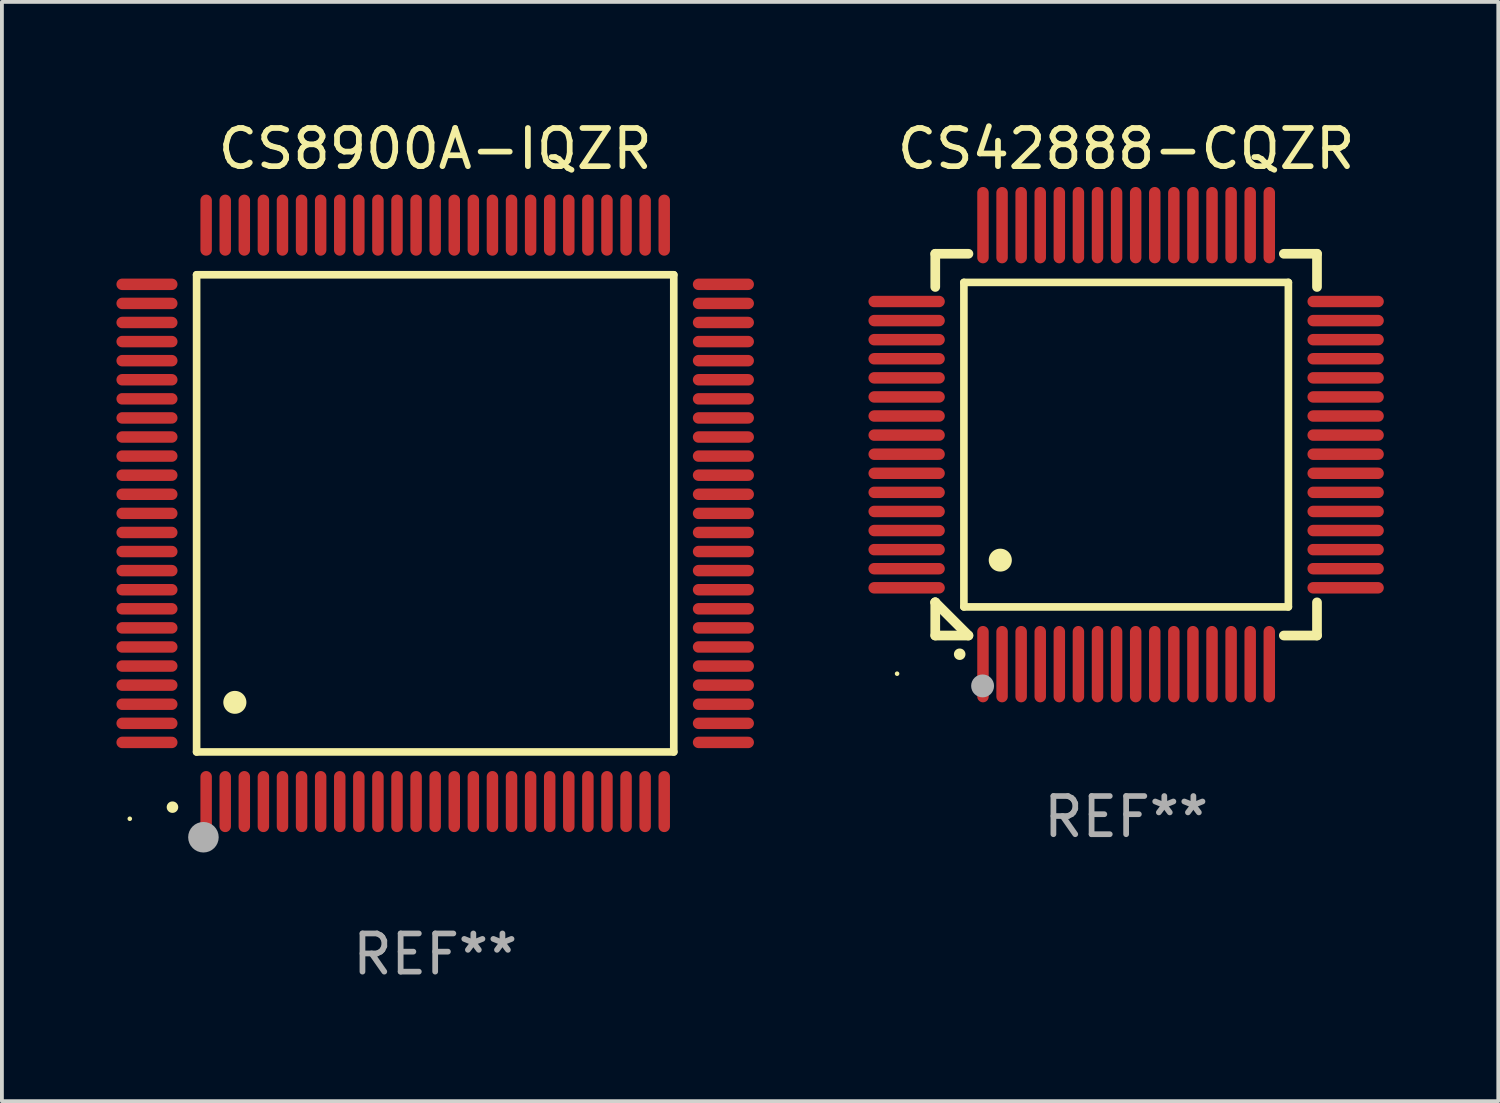
<source format=kicad_pcb>
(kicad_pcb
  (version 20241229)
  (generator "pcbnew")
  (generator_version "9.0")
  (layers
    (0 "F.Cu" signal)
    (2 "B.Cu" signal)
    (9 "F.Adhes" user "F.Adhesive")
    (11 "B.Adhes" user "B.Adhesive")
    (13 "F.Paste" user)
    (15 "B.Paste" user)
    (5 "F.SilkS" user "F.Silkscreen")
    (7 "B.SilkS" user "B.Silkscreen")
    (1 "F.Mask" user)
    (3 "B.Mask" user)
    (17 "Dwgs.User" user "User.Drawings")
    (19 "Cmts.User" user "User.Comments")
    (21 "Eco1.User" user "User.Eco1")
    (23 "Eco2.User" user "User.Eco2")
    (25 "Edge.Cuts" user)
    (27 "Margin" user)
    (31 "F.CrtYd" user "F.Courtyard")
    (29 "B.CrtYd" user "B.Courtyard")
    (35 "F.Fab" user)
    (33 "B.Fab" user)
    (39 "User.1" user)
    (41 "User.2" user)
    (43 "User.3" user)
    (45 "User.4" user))
  (footprint "CS8900A-IQZR"
    (layer "F.Cu")
    (at 8.35 10.398)
    (property "Reference" "CS8900A-IQZR" (at 0 -9.55 0) (layer "F.SilkS") (effects (font (size 1 1) (thickness 0.15))))
    (attr through_hole)
    (fp_line (start -6.25 -6.25) (end -6.25 6.25) (stroke (width 0.2) (type solid)) (layer "F.SilkS"))
    (fp_line (start -6.25 6.25) (end 6.25 6.25) (stroke (width 0.2) (type solid)) (layer "F.SilkS"))
    (fp_line (start 6.25 -6.25) (end -6.25 -6.25) (stroke (width 0.2) (type solid)) (layer "F.SilkS"))
    (fp_line (start 6.25 6.25) (end 6.25 -6.25) (stroke (width 0.2) (type solid)) (layer "F.SilkS"))
    (fp_arc (start -6.883414 7.696215) (mid -6.882144 7.69621) (end -6.880874 7.696215) (stroke (width 0.3) (type solid)) (layer "F.SilkS"))
    (fp_arc (start -5.250191 4.95047) (mid -5.247651 4.950459) (end -5.245111 4.95047) (stroke (width 0.6) (type solid)) (layer "F.SilkS"))
    (fp_circle (center -8 8) (end -7.97 8) (stroke (width 0.06) (type solid)) (fill no) (layer "F.SilkS"))
    (fp_circle (center -6.071 8.484) (end -5.871 8.484) (stroke (width 0.4) (type solid)) (fill no) (layer "F.Fab"))
    (fp_text user "REF**" (at 0 11.55 0) (layer "F.Fab") (effects (font (size 1 1) (thickness 0.15))))
    (pad "1" smd oval (at -6 7.55) (size 0.3 1.6) (layers "F.Cu" "F.Mask" "F.Paste"))
    (pad "2" smd oval (at -5.5 7.55) (size 0.3 1.6) (layers "F.Cu" "F.Mask" "F.Paste"))
    (pad "3" smd oval (at -5 7.55) (size 0.3 1.6) (layers "F.Cu" "F.Mask" "F.Paste"))
    (pad "4" smd oval (at -4.5 7.55) (size 0.3 1.6) (layers "F.Cu" "F.Mask" "F.Paste"))
    (pad "5" smd oval (at -4 7.55) (size 0.3 1.6) (layers "F.Cu" "F.Mask" "F.Paste"))
    (pad "6" smd oval (at -3.5 7.55) (size 0.3 1.6) (layers "F.Cu" "F.Mask" "F.Paste"))
    (pad "7" smd oval (at -3 7.55) (size 0.3 1.6) (layers "F.Cu" "F.Mask" "F.Paste"))
    (pad "8" smd oval (at -2.5 7.55) (size 0.3 1.6) (layers "F.Cu" "F.Mask" "F.Paste"))
    (pad "9" smd oval (at -2 7.55) (size 0.3 1.6) (layers "F.Cu" "F.Mask" "F.Paste"))
    (pad "10" smd oval (at -1.5 7.55) (size 0.3 1.6) (layers "F.Cu" "F.Mask" "F.Paste"))
    (pad "11" smd oval (at -1 7.55) (size 0.3 1.6) (layers "F.Cu" "F.Mask" "F.Paste"))
    (pad "12" smd oval (at -0.5 7.55) (size 0.3 1.6) (layers "F.Cu" "F.Mask" "F.Paste"))
    (pad "13" smd oval (at 0 7.55) (size 0.3 1.6) (layers "F.Cu" "F.Mask" "F.Paste"))
    (pad "14" smd oval (at 0.5 7.55) (size 0.3 1.6) (layers "F.Cu" "F.Mask" "F.Paste"))
    (pad "15" smd oval (at 1 7.55) (size 0.3 1.6) (layers "F.Cu" "F.Mask" "F.Paste"))
    (pad "16" smd oval (at 1.5 7.55) (size 0.3 1.6) (layers "F.Cu" "F.Mask" "F.Paste"))
    (pad "17" smd oval (at 2 7.55) (size 0.3 1.6) (layers "F.Cu" "F.Mask" "F.Paste"))
    (pad "18" smd oval (at 2.5 7.55) (size 0.3 1.6) (layers "F.Cu" "F.Mask" "F.Paste"))
    (pad "19" smd oval (at 3 7.55) (size 0.3 1.6) (layers "F.Cu" "F.Mask" "F.Paste"))
    (pad "20" smd oval (at 3.5 7.55) (size 0.3 1.6) (layers "F.Cu" "F.Mask" "F.Paste"))
    (pad "21" smd oval (at 4 7.55) (size 0.3 1.6) (layers "F.Cu" "F.Mask" "F.Paste"))
    (pad "22" smd oval (at 4.5 7.55) (size 0.3 1.6) (layers "F.Cu" "F.Mask" "F.Paste"))
    (pad "23" smd oval (at 5 7.55) (size 0.3 1.6) (layers "F.Cu" "F.Mask" "F.Paste"))
    (pad "24" smd oval (at 5.5 7.55) (size 0.3 1.6) (layers "F.Cu" "F.Mask" "F.Paste"))
    (pad "25" smd oval (at 6 7.55) (size 0.3 1.6) (layers "F.Cu" "F.Mask" "F.Paste"))
    (pad "26" smd oval (at 7.55 6) (size 1.6 0.3) (layers "F.Cu" "F.Mask" "F.Paste"))
    (pad "27" smd oval (at 7.55 5.5) (size 1.6 0.3) (layers "F.Cu" "F.Mask" "F.Paste"))
    (pad "28" smd oval (at 7.55 5) (size 1.6 0.3) (layers "F.Cu" "F.Mask" "F.Paste"))
    (pad "29" smd oval (at 7.55 4.5) (size 1.6 0.3) (layers "F.Cu" "F.Mask" "F.Paste"))
    (pad "30" smd oval (at 7.55 4) (size 1.6 0.3) (layers "F.Cu" "F.Mask" "F.Paste"))
    (pad "31" smd oval (at 7.55 3.5) (size 1.6 0.3) (layers "F.Cu" "F.Mask" "F.Paste"))
    (pad "32" smd oval (at 7.55 3) (size 1.6 0.3) (layers "F.Cu" "F.Mask" "F.Paste"))
    (pad "33" smd oval (at 7.55 2.5) (size 1.6 0.3) (layers "F.Cu" "F.Mask" "F.Paste"))
    (pad "34" smd oval (at 7.55 2) (size 1.6 0.3) (layers "F.Cu" "F.Mask" "F.Paste"))
    (pad "35" smd oval (at 7.55 1.5) (size 1.6 0.3) (layers "F.Cu" "F.Mask" "F.Paste"))
    (pad "36" smd oval (at 7.55 1) (size 1.6 0.3) (layers "F.Cu" "F.Mask" "F.Paste"))
    (pad "37" smd oval (at 7.55 0.5) (size 1.6 0.3) (layers "F.Cu" "F.Mask" "F.Paste"))
    (pad "38" smd oval (at 7.55 0) (size 1.6 0.3) (layers "F.Cu" "F.Mask" "F.Paste"))
    (pad "39" smd oval (at 7.55 -0.5) (size 1.6 0.3) (layers "F.Cu" "F.Mask" "F.Paste"))
    (pad "40" smd oval (at 7.55 -1) (size 1.6 0.3) (layers "F.Cu" "F.Mask" "F.Paste"))
    (pad "41" smd oval (at 7.55 -1.5) (size 1.6 0.3) (layers "F.Cu" "F.Mask" "F.Paste"))
    (pad "42" smd oval (at 7.55 -2) (size 1.6 0.3) (layers "F.Cu" "F.Mask" "F.Paste"))
    (pad "43" smd oval (at 7.55 -2.5) (size 1.6 0.3) (layers "F.Cu" "F.Mask" "F.Paste"))
    (pad "44" smd oval (at 7.55 -3) (size 1.6 0.3) (layers "F.Cu" "F.Mask" "F.Paste"))
    (pad "45" smd oval (at 7.55 -3.5) (size 1.6 0.3) (layers "F.Cu" "F.Mask" "F.Paste"))
    (pad "46" smd oval (at 7.55 -4) (size 1.6 0.3) (layers "F.Cu" "F.Mask" "F.Paste"))
    (pad "47" smd oval (at 7.55 -4.5) (size 1.6 0.3) (layers "F.Cu" "F.Mask" "F.Paste"))
    (pad "48" smd oval (at 7.55 -5) (size 1.6 0.3) (layers "F.Cu" "F.Mask" "F.Paste"))
    (pad "49" smd oval (at 7.55 -5.5) (size 1.6 0.3) (layers "F.Cu" "F.Mask" "F.Paste"))
    (pad "50" smd oval (at 7.55 -6) (size 1.6 0.3) (layers "F.Cu" "F.Mask" "F.Paste"))
    (pad "51" smd oval (at 6 -7.55) (size 0.3 1.6) (layers "F.Cu" "F.Mask" "F.Paste"))
    (pad "52" smd oval (at 5.5 -7.55) (size 0.3 1.6) (layers "F.Cu" "F.Mask" "F.Paste"))
    (pad "53" smd oval (at 5 -7.55) (size 0.3 1.6) (layers "F.Cu" "F.Mask" "F.Paste"))
    (pad "54" smd oval (at 4.5 -7.55) (size 0.3 1.6) (layers "F.Cu" "F.Mask" "F.Paste"))
    (pad "55" smd oval (at 4 -7.55) (size 0.3 1.6) (layers "F.Cu" "F.Mask" "F.Paste"))
    (pad "56" smd oval (at 3.5 -7.55) (size 0.3 1.6) (layers "F.Cu" "F.Mask" "F.Paste"))
    (pad "57" smd oval (at 3 -7.55) (size 0.3 1.6) (layers "F.Cu" "F.Mask" "F.Paste"))
    (pad "58" smd oval (at 2.5 -7.55) (size 0.3 1.6) (layers "F.Cu" "F.Mask" "F.Paste"))
    (pad "59" smd oval (at 2 -7.55) (size 0.3 1.6) (layers "F.Cu" "F.Mask" "F.Paste"))
    (pad "60" smd oval (at 1.5 -7.55) (size 0.3 1.6) (layers "F.Cu" "F.Mask" "F.Paste"))
    (pad "61" smd oval (at 1 -7.55) (size 0.3 1.6) (layers "F.Cu" "F.Mask" "F.Paste"))
    (pad "62" smd oval (at 0.5 -7.55) (size 0.3 1.6) (layers "F.Cu" "F.Mask" "F.Paste"))
    (pad "63" smd oval (at 0 -7.55) (size 0.3 1.6) (layers "F.Cu" "F.Mask" "F.Paste"))
    (pad "64" smd oval (at -0.5 -7.55) (size 0.3 1.6) (layers "F.Cu" "F.Mask" "F.Paste"))
    (pad "65" smd oval (at -1 -7.55) (size 0.3 1.6) (layers "F.Cu" "F.Mask" "F.Paste"))
    (pad "66" smd oval (at -1.5 -7.55) (size 0.3 1.6) (layers "F.Cu" "F.Mask" "F.Paste"))
    (pad "67" smd oval (at -2 -7.55) (size 0.3 1.6) (layers "F.Cu" "F.Mask" "F.Paste"))
    (pad "68" smd oval (at -2.5 -7.55) (size 0.3 1.6) (layers "F.Cu" "F.Mask" "F.Paste"))
    (pad "69" smd oval (at -3 -7.55) (size 0.3 1.6) (layers "F.Cu" "F.Mask" "F.Paste"))
    (pad "70" smd oval (at -3.5 -7.55) (size 0.3 1.6) (layers "F.Cu" "F.Mask" "F.Paste"))
    (pad "71" smd oval (at -4 -7.55) (size 0.3 1.6) (layers "F.Cu" "F.Mask" "F.Paste"))
    (pad "72" smd oval (at -4.5 -7.55) (size 0.3 1.6) (layers "F.Cu" "F.Mask" "F.Paste"))
    (pad "73" smd oval (at -5 -7.55) (size 0.3 1.6) (layers "F.Cu" "F.Mask" "F.Paste"))
    (pad "74" smd oval (at -5.5 -7.55) (size 0.3 1.6) (layers "F.Cu" "F.Mask" "F.Paste"))
    (pad "75" smd oval (at -6 -7.55) (size 0.3 1.6) (layers "F.Cu" "F.Mask" "F.Paste"))
    (pad "76" smd oval (at -7.55 -6) (size 1.6 0.3) (layers "F.Cu" "F.Mask" "F.Paste"))
    (pad "77" smd oval (at -7.55 -5.5) (size 1.6 0.3) (layers "F.Cu" "F.Mask" "F.Paste"))
    (pad "78" smd oval (at -7.55 -5) (size 1.6 0.3) (layers "F.Cu" "F.Mask" "F.Paste"))
    (pad "79" smd oval (at -7.55 -4.5) (size 1.6 0.3) (layers "F.Cu" "F.Mask" "F.Paste"))
    (pad "80" smd oval (at -7.55 -4) (size 1.6 0.3) (layers "F.Cu" "F.Mask" "F.Paste"))
    (pad "81" smd oval (at -7.55 -3.5) (size 1.6 0.3) (layers "F.Cu" "F.Mask" "F.Paste"))
    (pad "82" smd oval (at -7.55 -3) (size 1.6 0.3) (layers "F.Cu" "F.Mask" "F.Paste"))
    (pad "83" smd oval (at -7.55 -2.5) (size 1.6 0.3) (layers "F.Cu" "F.Mask" "F.Paste"))
    (pad "84" smd oval (at -7.55 -2) (size 1.6 0.3) (layers "F.Cu" "F.Mask" "F.Paste"))
    (pad "85" smd oval (at -7.55 -1.5) (size 1.6 0.3) (layers "F.Cu" "F.Mask" "F.Paste"))
    (pad "86" smd oval (at -7.55 -1) (size 1.6 0.3) (layers "F.Cu" "F.Mask" "F.Paste"))
    (pad "87" smd oval (at -7.55 -0.5) (size 1.6 0.3) (layers "F.Cu" "F.Mask" "F.Paste"))
    (pad "88" smd oval (at -7.55 0) (size 1.6 0.3) (layers "F.Cu" "F.Mask" "F.Paste"))
    (pad "89" smd oval (at -7.55 0.5) (size 1.6 0.3) (layers "F.Cu" "F.Mask" "F.Paste"))
    (pad "90" smd oval (at -7.55 1) (size 1.6 0.3) (layers "F.Cu" "F.Mask" "F.Paste"))
    (pad "91" smd oval (at -7.55 1.5) (size 1.6 0.3) (layers "F.Cu" "F.Mask" "F.Paste"))
    (pad "92" smd oval (at -7.55 2) (size 1.6 0.3) (layers "F.Cu" "F.Mask" "F.Paste"))
    (pad "93" smd oval (at -7.55 2.5) (size 1.6 0.3) (layers "F.Cu" "F.Mask" "F.Paste"))
    (pad "94" smd oval (at -7.55 3) (size 1.6 0.3) (layers "F.Cu" "F.Mask" "F.Paste"))
    (pad "95" smd oval (at -7.55 3.5) (size 1.6 0.3) (layers "F.Cu" "F.Mask" "F.Paste"))
    (pad "96" smd oval (at -7.55 4) (size 1.6 0.3) (layers "F.Cu" "F.Mask" "F.Paste"))
    (pad "97" smd oval (at -7.55 4.5) (size 1.6 0.3) (layers "F.Cu" "F.Mask" "F.Paste"))
    (pad "98" smd oval (at -7.55 5) (size 1.6 0.3) (layers "F.Cu" "F.Mask" "F.Paste"))
    (pad "99" smd oval (at -7.55 5.5) (size 1.6 0.3) (layers "F.Cu" "F.Mask" "F.Paste"))
    (pad "100" smd oval (at -7.55 6) (size 1.6 0.3) (layers "F.Cu" "F.Mask" "F.Paste")))
  (footprint "CS42888-CQZR"
    (layer "F.Cu")
    (at 26.45 8.598)
    (property "Reference" "CS42888-CQZR" (at 0 -7.75 0) (layer "F.SilkS") (effects (font (size 1 1) (thickness 0.15))))
    (attr through_hole)
    (fp_line (start -5 -5) (end -4.131 -5) (stroke (width 0.254) (type solid)) (layer "F.SilkS"))
    (fp_line (start -5 -4.131) (end -5 -5) (stroke (width 0.254) (type solid)) (layer "F.SilkS"))
    (fp_line (start -5 4.131) (end -5 4.131) (stroke (width 0.254) (type solid)) (layer "F.SilkS"))
    (fp_line (start -5 5) (end -5 4.131) (stroke (width 0.254) (type solid)) (layer "F.SilkS"))
    (fp_line (start -5 4.131) (end -4.131 5) (stroke (width 0.254) (type solid)) (layer "F.SilkS"))
    (fp_line (start -4.25 -4.25) (end -4.25 4.25) (stroke (width 0.2) (type solid)) (layer "F.SilkS"))
    (fp_line (start -4.25 4.25) (end 4.25 4.25) (stroke (width 0.2) (type solid)) (layer "F.SilkS"))
    (fp_line (start -4.131 5) (end -5 5) (stroke (width 0.254) (type solid)) (layer "F.SilkS"))
    (fp_line (start 4.25 -4.25) (end -4.25 -4.25) (stroke (width 0.2) (type solid)) (layer "F.SilkS"))
    (fp_line (start 4.25 4.25) (end 4.25 -4.25) (stroke (width 0.2) (type solid)) (layer "F.SilkS"))
    (fp_line (start 5 -5) (end 4.131 -5) (stroke (width 0.254) (type solid)) (layer "F.SilkS"))
    (fp_line (start 5 -5) (end 5 -4.131) (stroke (width 0.254) (type solid)) (layer "F.SilkS"))
    (fp_line (start 5 4.131) (end 5 5) (stroke (width 0.254) (type solid)) (layer "F.SilkS"))
    (fp_line (start 5 5) (end 4.131 5) (stroke (width 0.254) (type solid)) (layer "F.SilkS"))
    (fp_arc (start -4.361265 5.489992) (mid -4.359995 5.489987) (end -4.358725 5.489992) (stroke (width 0.3) (type solid)) (layer "F.SilkS"))
    (fp_arc (start -3.299467 3.025146) (mid -3.296927 3.025135) (end -3.294387 3.025146) (stroke (width 0.6) (type solid)) (layer "F.SilkS"))
    (fp_circle (center -6 6) (end -5.97 6) (stroke (width 0.06) (type solid)) (fill no) (layer "F.SilkS"))
    (fp_circle (center -3.76 6.32) (end -3.61 6.32) (stroke (width 0.3) (type solid)) (fill no) (layer "F.Fab"))
    (fp_text user "REF**" (at 0 9.75 0) (layer "F.Fab") (effects (font (size 1 1) (thickness 0.15))))
    (pad "1" smd oval (at -3.75 5.75) (size 0.3 2) (layers "F.Cu" "F.Mask" "F.Paste"))
    (pad "2" smd oval (at -3.25 5.75) (size 0.3 2) (layers "F.Cu" "F.Mask" "F.Paste"))
    (pad "3" smd oval (at -2.75 5.75) (size 0.3 2) (layers "F.Cu" "F.Mask" "F.Paste"))
    (pad "4" smd oval (at -2.25 5.75) (size 0.3 2) (layers "F.Cu" "F.Mask" "F.Paste"))
    (pad "5" smd oval (at -1.75 5.75) (size 0.3 2) (layers "F.Cu" "F.Mask" "F.Paste"))
    (pad "6" smd oval (at -1.25 5.75) (size 0.3 2) (layers "F.Cu" "F.Mask" "F.Paste"))
    (pad "7" smd oval (at -0.75 5.75) (size 0.3 2) (layers "F.Cu" "F.Mask" "F.Paste"))
    (pad "8" smd oval (at -0.25 5.75) (size 0.3 2) (layers "F.Cu" "F.Mask" "F.Paste"))
    (pad "9" smd oval (at 0.25 5.75) (size 0.3 2) (layers "F.Cu" "F.Mask" "F.Paste"))
    (pad "10" smd oval (at 0.75 5.75) (size 0.3 2) (layers "F.Cu" "F.Mask" "F.Paste"))
    (pad "11" smd oval (at 1.25 5.75) (size 0.3 2) (layers "F.Cu" "F.Mask" "F.Paste"))
    (pad "12" smd oval (at 1.75 5.75) (size 0.3 2) (layers "F.Cu" "F.Mask" "F.Paste"))
    (pad "13" smd oval (at 2.25 5.75) (size 0.3 2) (layers "F.Cu" "F.Mask" "F.Paste"))
    (pad "14" smd oval (at 2.75 5.75) (size 0.3 2) (layers "F.Cu" "F.Mask" "F.Paste"))
    (pad "15" smd oval (at 3.25 5.75) (size 0.3 2) (layers "F.Cu" "F.Mask" "F.Paste"))
    (pad "16" smd oval (at 3.75 5.75) (size 0.3 2) (layers "F.Cu" "F.Mask" "F.Paste"))
    (pad "17" smd oval (at 5.75 3.75) (size 2 0.3) (layers "F.Cu" "F.Mask" "F.Paste"))
    (pad "18" smd oval (at 5.75 3.25) (size 2 0.3) (layers "F.Cu" "F.Mask" "F.Paste"))
    (pad "19" smd oval (at 5.75 2.75) (size 2 0.3) (layers "F.Cu" "F.Mask" "F.Paste"))
    (pad "20" smd oval (at 5.75 2.25) (size 2 0.3) (layers "F.Cu" "F.Mask" "F.Paste"))
    (pad "21" smd oval (at 5.75 1.75) (size 2 0.3) (layers "F.Cu" "F.Mask" "F.Paste"))
    (pad "22" smd oval (at 5.75 1.25) (size 2 0.3) (layers "F.Cu" "F.Mask" "F.Paste"))
    (pad "23" smd oval (at 5.75 0.75) (size 2 0.3) (layers "F.Cu" "F.Mask" "F.Paste"))
    (pad "24" smd oval (at 5.75 0.25) (size 2 0.3) (layers "F.Cu" "F.Mask" "F.Paste"))
    (pad "25" smd oval (at 5.75 -0.25) (size 2 0.3) (layers "F.Cu" "F.Mask" "F.Paste"))
    (pad "26" smd oval (at 5.75 -0.75) (size 2 0.3) (layers "F.Cu" "F.Mask" "F.Paste"))
    (pad "27" smd oval (at 5.75 -1.25) (size 2 0.3) (layers "F.Cu" "F.Mask" "F.Paste"))
    (pad "28" smd oval (at 5.75 -1.75) (size 2 0.3) (layers "F.Cu" "F.Mask" "F.Paste"))
    (pad "29" smd oval (at 5.75 -2.25) (size 2 0.3) (layers "F.Cu" "F.Mask" "F.Paste"))
    (pad "30" smd oval (at 5.75 -2.75) (size 2 0.3) (layers "F.Cu" "F.Mask" "F.Paste"))
    (pad "31" smd oval (at 5.75 -3.25) (size 2 0.3) (layers "F.Cu" "F.Mask" "F.Paste"))
    (pad "32" smd oval (at 5.75 -3.75) (size 2 0.3) (layers "F.Cu" "F.Mask" "F.Paste"))
    (pad "33" smd oval (at 3.75 -5.75) (size 0.3 2) (layers "F.Cu" "F.Mask" "F.Paste"))
    (pad "34" smd oval (at 3.25 -5.75) (size 0.3 2) (layers "F.Cu" "F.Mask" "F.Paste"))
    (pad "35" smd oval (at 2.75 -5.75) (size 0.3 2) (layers "F.Cu" "F.Mask" "F.Paste"))
    (pad "36" smd oval (at 2.25 -5.75) (size 0.3 2) (layers "F.Cu" "F.Mask" "F.Paste"))
    (pad "37" smd oval (at 1.75 -5.75) (size 0.3 2) (layers "F.Cu" "F.Mask" "F.Paste"))
    (pad "38" smd oval (at 1.25 -5.75) (size 0.3 2) (layers "F.Cu" "F.Mask" "F.Paste"))
    (pad "39" smd oval (at 0.75 -5.75) (size 0.3 2) (layers "F.Cu" "F.Mask" "F.Paste"))
    (pad "40" smd oval (at 0.25 -5.75) (size 0.3 2) (layers "F.Cu" "F.Mask" "F.Paste"))
    (pad "41" smd oval (at -0.25 -5.75) (size 0.3 2) (layers "F.Cu" "F.Mask" "F.Paste"))
    (pad "42" smd oval (at -0.75 -5.75) (size 0.3 2) (layers "F.Cu" "F.Mask" "F.Paste"))
    (pad "43" smd oval (at -1.25 -5.75) (size 0.3 2) (layers "F.Cu" "F.Mask" "F.Paste"))
    (pad "44" smd oval (at -1.75 -5.75) (size 0.3 2) (layers "F.Cu" "F.Mask" "F.Paste"))
    (pad "45" smd oval (at -2.25 -5.75) (size 0.3 2) (layers "F.Cu" "F.Mask" "F.Paste"))
    (pad "46" smd oval (at -2.75 -5.75) (size 0.3 2) (layers "F.Cu" "F.Mask" "F.Paste"))
    (pad "47" smd oval (at -3.25 -5.75) (size 0.3 2) (layers "F.Cu" "F.Mask" "F.Paste"))
    (pad "48" smd oval (at -3.75 -5.75) (size 0.3 2) (layers "F.Cu" "F.Mask" "F.Paste"))
    (pad "49" smd oval (at -5.75 -3.75) (size 2 0.3) (layers "F.Cu" "F.Mask" "F.Paste"))
    (pad "50" smd oval (at -5.75 -3.25) (size 2 0.3) (layers "F.Cu" "F.Mask" "F.Paste"))
    (pad "51" smd oval (at -5.75 -2.75) (size 2 0.3) (layers "F.Cu" "F.Mask" "F.Paste"))
    (pad "52" smd oval (at -5.75 -2.25) (size 2 0.3) (layers "F.Cu" "F.Mask" "F.Paste"))
    (pad "53" smd oval (at -5.75 -1.75) (size 2 0.3) (layers "F.Cu" "F.Mask" "F.Paste"))
    (pad "54" smd oval (at -5.75 -1.25) (size 2 0.3) (layers "F.Cu" "F.Mask" "F.Paste"))
    (pad "55" smd oval (at -5.75 -0.75) (size 2 0.3) (layers "F.Cu" "F.Mask" "F.Paste"))
    (pad "56" smd oval (at -5.75 -0.25) (size 2 0.3) (layers "F.Cu" "F.Mask" "F.Paste"))
    (pad "57" smd oval (at -5.75 0.25) (size 2 0.3) (layers "F.Cu" "F.Mask" "F.Paste"))
    (pad "58" smd oval (at -5.75 0.75) (size 2 0.3) (layers "F.Cu" "F.Mask" "F.Paste"))
    (pad "59" smd oval (at -5.75 1.25) (size 2 0.3) (layers "F.Cu" "F.Mask" "F.Paste"))
    (pad "60" smd oval (at -5.75 1.75) (size 2 0.3) (layers "F.Cu" "F.Mask" "F.Paste"))
    (pad "61" smd oval (at -5.75 2.25) (size 2 0.3) (layers "F.Cu" "F.Mask" "F.Paste"))
    (pad "62" smd oval (at -5.75 2.75) (size 2 0.3) (layers "F.Cu" "F.Mask" "F.Paste"))
    (pad "63" smd oval (at -5.75 3.25) (size 2 0.3) (layers "F.Cu" "F.Mask" "F.Paste"))
    (pad "64" smd oval (at -5.75 3.75) (size 2 0.3) (layers "F.Cu" "F.Mask" "F.Paste")))
  (gr_rect
    (start -3 -3)
    (end 36.199 25.796)
    (stroke (width 0.1) (type default))
    (fill no)
    (layer "Edge.Cuts")))
</source>
